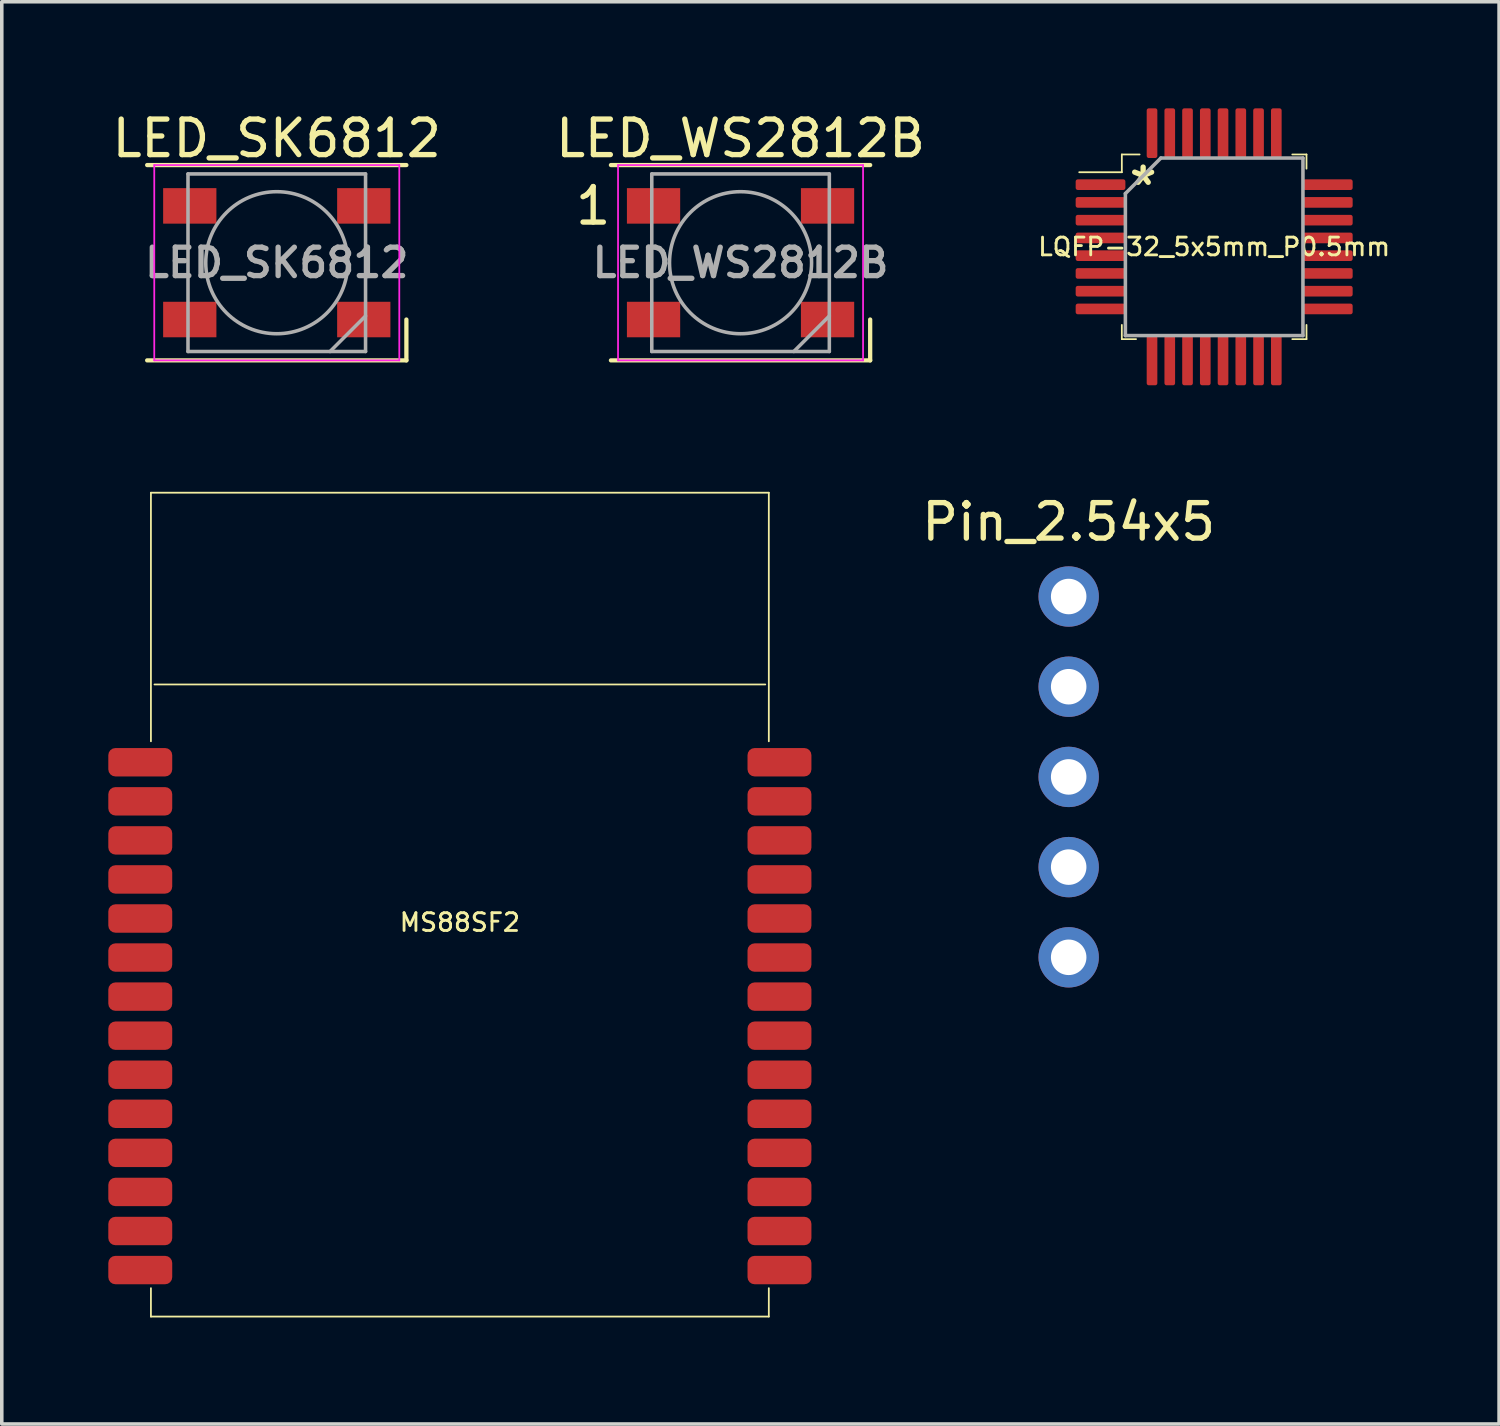
<source format=kicad_pcb>
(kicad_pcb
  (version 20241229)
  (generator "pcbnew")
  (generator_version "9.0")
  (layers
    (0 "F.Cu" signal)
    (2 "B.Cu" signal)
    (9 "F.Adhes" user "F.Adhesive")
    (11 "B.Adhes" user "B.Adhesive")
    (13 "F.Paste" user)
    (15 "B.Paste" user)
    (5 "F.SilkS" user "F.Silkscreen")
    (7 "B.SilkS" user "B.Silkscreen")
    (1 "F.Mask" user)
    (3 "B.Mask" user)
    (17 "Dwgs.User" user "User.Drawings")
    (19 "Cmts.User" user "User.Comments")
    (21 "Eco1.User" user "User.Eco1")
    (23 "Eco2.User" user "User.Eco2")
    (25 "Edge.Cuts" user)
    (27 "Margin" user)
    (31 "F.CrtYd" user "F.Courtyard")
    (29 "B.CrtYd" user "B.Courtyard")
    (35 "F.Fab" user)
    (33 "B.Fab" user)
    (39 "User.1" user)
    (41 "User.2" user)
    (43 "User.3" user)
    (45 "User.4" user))
  (footprint "LED_WS2812B"
    (layer "F.Cu")
    (at 17.804 4.348)
    (property "Reference" "LED_WS2812B" (at 0 -3.5 0) (layer "F.SilkS") (effects (font (size 1 1) (thickness 0.15))))
    (attr smd)
    (fp_line (start -3.65 -2.75) (end 3.65 -2.75) (stroke (width 0.12) (type solid)) (layer "F.SilkS"))
    (fp_line (start -3.65 2.75) (end 3.65 2.75) (stroke (width 0.12) (type solid)) (layer "F.SilkS"))
    (fp_line (start 3.65 2.75) (end 3.65 1.6) (stroke (width 0.12) (type solid)) (layer "F.SilkS"))
    (fp_line (start -3.45 -2.75) (end -3.45 2.75) (stroke (width 0.05) (type solid)) (layer "F.CrtYd"))
    (fp_line (start -3.45 2.75) (end 3.45 2.75) (stroke (width 0.05) (type solid)) (layer "F.CrtYd"))
    (fp_line (start 3.45 -2.75) (end -3.45 -2.75) (stroke (width 0.05) (type solid)) (layer "F.CrtYd"))
    (fp_line (start 3.45 2.75) (end 3.45 -2.75) (stroke (width 0.05) (type solid)) (layer "F.CrtYd"))
    (fp_line (start -2.5 -2.5) (end -2.5 2.5) (stroke (width 0.1) (type solid)) (layer "F.Fab"))
    (fp_line (start -2.5 2.5) (end 2.5 2.5) (stroke (width 0.1) (type solid)) (layer "F.Fab"))
    (fp_line (start 2.5 -2.5) (end -2.5 -2.5) (stroke (width 0.1) (type solid)) (layer "F.Fab"))
    (fp_line (start 2.5 1.5) (end 1.5 2.5) (stroke (width 0.1) (type solid)) (layer "F.Fab"))
    (fp_line (start 2.5 2.5) (end 2.5 -2.5) (stroke (width 0.1) (type solid)) (layer "F.Fab"))
    (fp_circle (center 0 0) (end 0 -2) (stroke (width 0.1) (type solid)) (fill no) (layer "F.Fab"))
    (fp_text user "1" (at -4.15 -1.6 0) (layer "F.SilkS") (effects (font (size 1 1) (thickness 0.15))))
    (fp_text user "${REFERENCE}" (at 0 0 0) (layer "F.Fab") (effects (font (size 0.8 0.8) (thickness 0.15))))
    (pad "1" smd rect (at -2.45 -1.6) (size 1.5 1) (layers "F.Cu" "F.Mask" "F.Paste"))
    (pad "2" smd rect (at -2.45 1.6) (size 1.5 1) (layers "F.Cu" "F.Mask" "F.Paste"))
    (pad "3" smd rect (at 2.45 1.6) (size 1.5 1) (layers "F.Cu" "F.Mask" "F.Paste"))
    (pad "4" smd rect (at 2.45 -1.6) (size 1.5 1) (layers "F.Cu" "F.Mask" "F.Paste")))
  (footprint "LQFP-32_5x5mm_P0.5mm"
    (layer "F.Cu")
    (at 31.141 3.9)
    (property "Reference" "LQFP-32_5x5mm_P0.5mm" (at 0 0 0) (layer "F.SilkS") (effects (font (size 0.5 0.5) (thickness 0.08))))
    (attr smd)
    (fp_line (start -2.6 -2.6) (end -2.6 -2.1) (stroke (width 0.05) (type solid)) (layer "F.SilkS"))
    (fp_line (start -2.6 -2.1) (end -3.8 -2.1) (stroke (width 0.05) (type solid)) (layer "F.SilkS"))
    (fp_line (start -2.6 2.6) (end -2.6 2.2) (stroke (width 0.05) (type solid)) (layer "F.SilkS"))
    (fp_line (start -2.2 2.6) (end -2.6 2.6) (stroke (width 0.05) (type solid)) (layer "F.SilkS"))
    (fp_line (start -2.1 -2.6) (end -2.6 -2.6) (stroke (width 0.05) (type solid)) (layer "F.SilkS"))
    (fp_line (start 2.2 -2.6) (end 2.6 -2.6) (stroke (width 0.05) (type solid)) (layer "F.SilkS"))
    (fp_line (start 2.2 2.6) (end 2.6 2.6) (stroke (width 0.05) (type solid)) (layer "F.SilkS"))
    (fp_line (start 2.6 -2.6) (end 2.6 -2.2) (stroke (width 0.05) (type solid)) (layer "F.SilkS"))
    (fp_line (start 2.6 2.6) (end 2.6 2.2) (stroke (width 0.05) (type solid)) (layer "F.SilkS"))
    (fp_line (start -2.5 -1.5) (end -1.5 -2.5) (stroke (width 0.1) (type solid)) (layer "F.Fab"))
    (fp_line (start -2.5 2.5) (end -2.5 -1.5) (stroke (width 0.1) (type solid)) (layer "F.Fab"))
    (fp_line (start -1.5 -2.5) (end 2.5 -2.5) (stroke (width 0.1) (type solid)) (layer "F.Fab"))
    (fp_line (start 2.5 -2.5) (end 2.5 2.5) (stroke (width 0.1) (type solid)) (layer "F.Fab"))
    (fp_line (start 2.5 2.5) (end -2.5 2.5) (stroke (width 0.1) (type solid)) (layer "F.Fab"))
    (fp_text user "*" (at -2 -1.7 0) (layer "F.SilkS") (effects (font (size 1 1) (thickness 0.15))))
    (pad "1" smd roundrect (at -3.2 -1.75) (size 1.4 0.3) (layers "F.Cu" "F.Mask" "F.Paste") (roundrect_rratio 0.2))
    (pad "2" smd roundrect (at -3.2 -1.25) (size 1.4 0.3) (layers "F.Cu" "F.Mask" "F.Paste") (roundrect_rratio 0.2))
    (pad "3" smd roundrect (at -3.2 -0.75) (size 1.4 0.3) (layers "F.Cu" "F.Mask" "F.Paste") (roundrect_rratio 0.2))
    (pad "4" smd roundrect (at -3.2 -0.25) (size 1.4 0.3) (layers "F.Cu" "F.Mask" "F.Paste") (roundrect_rratio 0.2))
    (pad "5" smd roundrect (at -3.2 0.25) (size 1.4 0.3) (layers "F.Cu" "F.Mask" "F.Paste") (roundrect_rratio 0.2))
    (pad "6" smd roundrect (at -3.2 0.75) (size 1.4 0.3) (layers "F.Cu" "F.Mask" "F.Paste") (roundrect_rratio 0.2))
    (pad "7" smd roundrect (at -3.2 1.25) (size 1.4 0.3) (layers "F.Cu" "F.Mask" "F.Paste") (roundrect_rratio 0.2))
    (pad "8" smd roundrect (at -3.2 1.75) (size 1.4 0.3) (layers "F.Cu" "F.Mask" "F.Paste") (roundrect_rratio 0.2))
    (pad "9" smd roundrect (at -1.75 3.2) (size 0.3 1.4) (layers "F.Cu" "F.Mask" "F.Paste") (roundrect_rratio 0.2))
    (pad "10" smd roundrect (at -1.25 3.2) (size 0.3 1.4) (layers "F.Cu" "F.Mask" "F.Paste") (roundrect_rratio 0.2))
    (pad "11" smd roundrect (at -0.75 3.2) (size 0.3 1.4) (layers "F.Cu" "F.Mask" "F.Paste") (roundrect_rratio 0.2))
    (pad "12" smd roundrect (at -0.25 3.2) (size 0.3 1.4) (layers "F.Cu" "F.Mask" "F.Paste") (roundrect_rratio 0.2))
    (pad "13" smd roundrect (at 0.25 3.2) (size 0.3 1.4) (layers "F.Cu" "F.Mask" "F.Paste") (roundrect_rratio 0.2))
    (pad "14" smd roundrect (at 0.75 3.2) (size 0.3 1.4) (layers "F.Cu" "F.Mask" "F.Paste") (roundrect_rratio 0.2))
    (pad "15" smd roundrect (at 1.25 3.2) (size 0.3 1.4) (layers "F.Cu" "F.Mask" "F.Paste") (roundrect_rratio 0.2))
    (pad "16" smd roundrect (at 1.75 3.2) (size 0.3 1.4) (layers "F.Cu" "F.Mask" "F.Paste") (roundrect_rratio 0.2))
    (pad "17" smd roundrect (at 3.2 1.75) (size 1.4 0.3) (layers "F.Cu" "F.Mask" "F.Paste") (roundrect_rratio 0.2))
    (pad "18" smd roundrect (at 3.2 1.25) (size 1.4 0.3) (layers "F.Cu" "F.Mask" "F.Paste") (roundrect_rratio 0.2))
    (pad "19" smd roundrect (at 3.2 0.75) (size 1.4 0.3) (layers "F.Cu" "F.Mask" "F.Paste") (roundrect_rratio 0.2))
    (pad "20" smd roundrect (at 3.2 0.25) (size 1.4 0.3) (layers "F.Cu" "F.Mask" "F.Paste") (roundrect_rratio 0.2))
    (pad "21" smd roundrect (at 3.2 -0.25) (size 1.4 0.3) (layers "F.Cu" "F.Mask" "F.Paste") (roundrect_rratio 0.2))
    (pad "22" smd roundrect (at 3.2 -0.75) (size 1.4 0.3) (layers "F.Cu" "F.Mask" "F.Paste") (roundrect_rratio 0.2))
    (pad "23" smd roundrect (at 3.2 -1.25) (size 1.4 0.3) (layers "F.Cu" "F.Mask" "F.Paste") (roundrect_rratio 0.2))
    (pad "24" smd roundrect (at 3.2 -1.75) (size 1.4 0.3) (layers "F.Cu" "F.Mask" "F.Paste") (roundrect_rratio 0.2))
    (pad "25" smd roundrect (at 1.75 -3.2) (size 0.3 1.4) (layers "F.Cu" "F.Mask" "F.Paste") (roundrect_rratio 0.2))
    (pad "26" smd roundrect (at 1.25 -3.2) (size 0.3 1.4) (layers "F.Cu" "F.Mask" "F.Paste") (roundrect_rratio 0.2))
    (pad "27" smd roundrect (at 0.75 -3.2) (size 0.3 1.4) (layers "F.Cu" "F.Mask" "F.Paste") (roundrect_rratio 0.2))
    (pad "28" smd roundrect (at 0.25 -3.2) (size 0.3 1.4) (layers "F.Cu" "F.Mask" "F.Paste") (roundrect_rratio 0.2))
    (pad "29" smd roundrect (at -0.25 -3.2) (size 0.3 1.4) (layers "F.Cu" "F.Mask" "F.Paste") (roundrect_rratio 0.2))
    (pad "30" smd roundrect (at -0.75 -3.2) (size 0.3 1.4) (layers "F.Cu" "F.Mask" "F.Paste") (roundrect_rratio 0.2))
    (pad "31" smd roundrect (at -1.25 -3.2) (size 0.3 1.4) (layers "F.Cu" "F.Mask" "F.Paste") (roundrect_rratio 0.2))
    (pad "32" smd roundrect (at -1.75 -3.2) (size 0.3 1.4) (layers "F.Cu" "F.Mask" "F.Paste") (roundrect_rratio 0.2)))
  (footprint "LED_SK6812"
    (layer "F.Cu")
    (at 4.744 4.348)
    (property "Reference" "LED_SK6812" (at 0 -3.5 0) (layer "F.SilkS") (effects (font (size 1 1) (thickness 0.15))))
    (attr smd)
    (fp_line (start -3.65 -2.75) (end 3.65 -2.75) (stroke (width 0.12) (type solid)) (layer "F.SilkS"))
    (fp_line (start -3.65 2.75) (end 3.65 2.75) (stroke (width 0.12) (type solid)) (layer "F.SilkS"))
    (fp_line (start 3.65 2.75) (end 3.65 1.6) (stroke (width 0.12) (type solid)) (layer "F.SilkS"))
    (fp_line (start -3.45 -2.75) (end -3.45 2.75) (stroke (width 0.05) (type solid)) (layer "F.CrtYd"))
    (fp_line (start -3.45 2.75) (end 3.45 2.75) (stroke (width 0.05) (type solid)) (layer "F.CrtYd"))
    (fp_line (start 3.45 -2.75) (end -3.45 -2.75) (stroke (width 0.05) (type solid)) (layer "F.CrtYd"))
    (fp_line (start 3.45 2.75) (end 3.45 -2.75) (stroke (width 0.05) (type solid)) (layer "F.CrtYd"))
    (fp_line (start -2.5 -2.5) (end -2.5 2.5) (stroke (width 0.1) (type solid)) (layer "F.Fab"))
    (fp_line (start -2.5 2.5) (end 2.5 2.5) (stroke (width 0.1) (type solid)) (layer "F.Fab"))
    (fp_line (start 2.5 -2.5) (end -2.5 -2.5) (stroke (width 0.1) (type solid)) (layer "F.Fab"))
    (fp_line (start 2.5 1.5) (end 1.5 2.5) (stroke (width 0.1) (type solid)) (layer "F.Fab"))
    (fp_line (start 2.5 2.5) (end 2.5 -2.5) (stroke (width 0.1) (type solid)) (layer "F.Fab"))
    (fp_circle (center 0 0) (end 0 -2) (stroke (width 0.1) (type solid)) (fill no) (layer "F.Fab"))
    (fp_text user "${REFERENCE}" (at 0 0 0) (layer "F.Fab") (effects (font (size 0.8 0.8) (thickness 0.15))))
    (pad "1" smd rect (at 2.45 1.6) (size 1.5 1) (layers "F.Cu" "F.Mask" "F.Paste"))
    (pad "2" smd rect (at 2.45 -1.6) (size 1.5 1) (layers "F.Cu" "F.Mask" "F.Paste"))
    (pad "3" smd rect (at -2.45 -1.6) (size 1.5 1) (layers "F.Cu" "F.Mask" "F.Paste"))
    (pad "4" smd rect (at -2.45 1.6) (size 1.5 1) (layers "F.Cu" "F.Mask" "F.Paste")))
  (footprint "MS88SF2"
    (layer "F.Cu")
    (at 9.9 22.425)
    (property "Reference" "MS88SF2" (at 0 0.5 0) (layer "F.SilkS") (effects (font (size 0.5 0.5) (thickness 0.08))))
    (attr through_hole)
    (fp_line (start -8.7 -11.6) (end -8.7 -4.6) (stroke (width 0.05) (type solid)) (layer "F.SilkS"))
    (fp_line (start -8.7 -11.6) (end 8.7 -11.6) (stroke (width 0.05) (type solid)) (layer "F.SilkS"))
    (fp_line (start -8.7 10.8) (end -8.7 11.6) (stroke (width 0.05) (type solid)) (layer "F.SilkS"))
    (fp_line (start -8.6 -6.2) (end 8.6 -6.2) (stroke (width 0.05) (type solid)) (layer "F.SilkS"))
    (fp_line (start 8.7 -11.6) (end 8.7 -4.6) (stroke (width 0.05) (type solid)) (layer "F.SilkS"))
    (fp_line (start 8.7 10.8) (end 8.7 11.6) (stroke (width 0.05) (type solid)) (layer "F.SilkS"))
    (fp_line (start 8.7 11.6) (end -8.7 11.6) (stroke (width 0.05) (type solid)) (layer "F.SilkS"))
    (pad "1" smd roundrect (at -9 -4.01) (size 1.8 0.8) (layers "F.Cu" "F.Mask" "F.Paste") (roundrect_rratio 0.25))
    (pad "2" smd roundrect (at -9 -2.91) (size 1.8 0.8) (layers "F.Cu" "F.Mask" "F.Paste") (roundrect_rratio 0.25))
    (pad "3" smd roundrect (at -9 -1.81) (size 1.8 0.8) (layers "F.Cu" "F.Mask" "F.Paste") (roundrect_rratio 0.25))
    (pad "4" smd roundrect (at -9 -0.71) (size 1.8 0.8) (layers "F.Cu" "F.Mask" "F.Paste") (roundrect_rratio 0.25))
    (pad "5" smd roundrect (at -9 0.39) (size 1.8 0.8) (layers "F.Cu" "F.Mask" "F.Paste") (roundrect_rratio 0.25))
    (pad "6" smd roundrect (at -9 1.49) (size 1.8 0.8) (layers "F.Cu" "F.Mask" "F.Paste") (roundrect_rratio 0.25))
    (pad "7" smd roundrect (at -9 2.59) (size 1.8 0.8) (layers "F.Cu" "F.Mask" "F.Paste") (roundrect_rratio 0.25))
    (pad "8" smd roundrect (at -9 3.69) (size 1.8 0.8) (layers "F.Cu" "F.Mask" "F.Paste") (roundrect_rratio 0.25))
    (pad "9" smd roundrect (at -9 4.79) (size 1.8 0.8) (layers "F.Cu" "F.Mask" "F.Paste") (roundrect_rratio 0.25))
    (pad "10" smd roundrect (at -9 5.89) (size 1.8 0.8) (layers "F.Cu" "F.Mask" "F.Paste") (roundrect_rratio 0.25))
    (pad "11" smd roundrect (at -9 6.99) (size 1.8 0.8) (layers "F.Cu" "F.Mask" "F.Paste") (roundrect_rratio 0.25))
    (pad "12" smd roundrect (at -9 8.09) (size 1.8 0.8) (layers "F.Cu" "F.Mask" "F.Paste") (roundrect_rratio 0.25))
    (pad "13" smd roundrect (at -9 9.19) (size 1.8 0.8) (layers "F.Cu" "F.Mask" "F.Paste") (roundrect_rratio 0.25))
    (pad "14" smd roundrect (at -9 10.29) (size 1.8 0.8) (layers "F.Cu" "F.Mask" "F.Paste") (roundrect_rratio 0.25))
    (pad "15" smd roundrect (at 9 10.29) (size 1.8 0.8) (layers "F.Cu" "F.Mask" "F.Paste") (roundrect_rratio 0.25))
    (pad "16" smd roundrect (at 9 9.19) (size 1.8 0.8) (layers "F.Cu" "F.Mask" "F.Paste") (roundrect_rratio 0.25))
    (pad "17" smd roundrect (at 9 8.09) (size 1.8 0.8) (layers "F.Cu" "F.Mask" "F.Paste") (roundrect_rratio 0.25))
    (pad "18" smd roundrect (at 9 6.99) (size 1.8 0.8) (layers "F.Cu" "F.Mask" "F.Paste") (roundrect_rratio 0.25))
    (pad "19" smd roundrect (at 9 5.89) (size 1.8 0.8) (layers "F.Cu" "F.Mask" "F.Paste") (roundrect_rratio 0.25))
    (pad "20" smd roundrect (at 9 4.79) (size 1.8 0.8) (layers "F.Cu" "F.Mask" "F.Paste") (roundrect_rratio 0.25))
    (pad "21" smd roundrect (at 9 3.69) (size 1.8 0.8) (layers "F.Cu" "F.Mask" "F.Paste") (roundrect_rratio 0.25))
    (pad "22" smd roundrect (at 9 2.59) (size 1.8 0.8) (layers "F.Cu" "F.Mask" "F.Paste") (roundrect_rratio 0.25))
    (pad "23" smd roundrect (at 9 1.49) (size 1.8 0.8) (layers "F.Cu" "F.Mask" "F.Paste") (roundrect_rratio 0.25))
    (pad "24" smd roundrect (at 9 0.39) (size 1.8 0.8) (layers "F.Cu" "F.Mask" "F.Paste") (roundrect_rratio 0.25))
    (pad "25" smd roundrect (at 9 -0.71) (size 1.8 0.8) (layers "F.Cu" "F.Mask" "F.Paste") (roundrect_rratio 0.25))
    (pad "26" smd roundrect (at 9 -1.81) (size 1.8 0.8) (layers "F.Cu" "F.Mask" "F.Paste") (roundrect_rratio 0.25))
    (pad "27" smd roundrect (at 9 -2.91) (size 1.8 0.8) (layers "F.Cu" "F.Mask" "F.Paste") (roundrect_rratio 0.25))
    (pad "28" smd roundrect (at 9 -4.01) (size 1.8 0.8) (layers "F.Cu" "F.Mask" "F.Paste") (roundrect_rratio 0.25)))
  (footprint "Pin_2.54x5"
    (layer "F.Cu")
    (at 27.044 13.748)
    (property "Reference" "Pin_2.54x5" (at 0 -2.1 0) (layer "F.SilkS") (effects (font (size 1 1) (thickness 0.15))))
    (attr through_hole)
    (pad "1" thru_hole oval (at 0 0) (size 1.7 1.7) (drill 1) (layers "*.Cu" "*.Mask"))
    (pad "2" thru_hole oval (at 0 2.54) (size 1.7 1.7) (drill 1) (layers "*.Cu" "*.Mask"))
    (pad "3" thru_hole oval (at 0 5.08) (size 1.7 1.7) (drill 1) (layers "*.Cu" "*.Mask"))
    (pad "4" thru_hole oval (at 0 7.62) (size 1.7 1.7) (drill 1) (layers "*.Cu" "*.Mask"))
    (pad "5" thru_hole oval (at 0 10.16) (size 1.7 1.7) (drill 1) (layers "*.Cu" "*.Mask")))
  (gr_rect
    (start -3 -3)
    (end 39.164 37.05)
    (stroke (width 0.1) (type default))
    (fill no)
    (layer "Edge.Cuts")))
</source>
